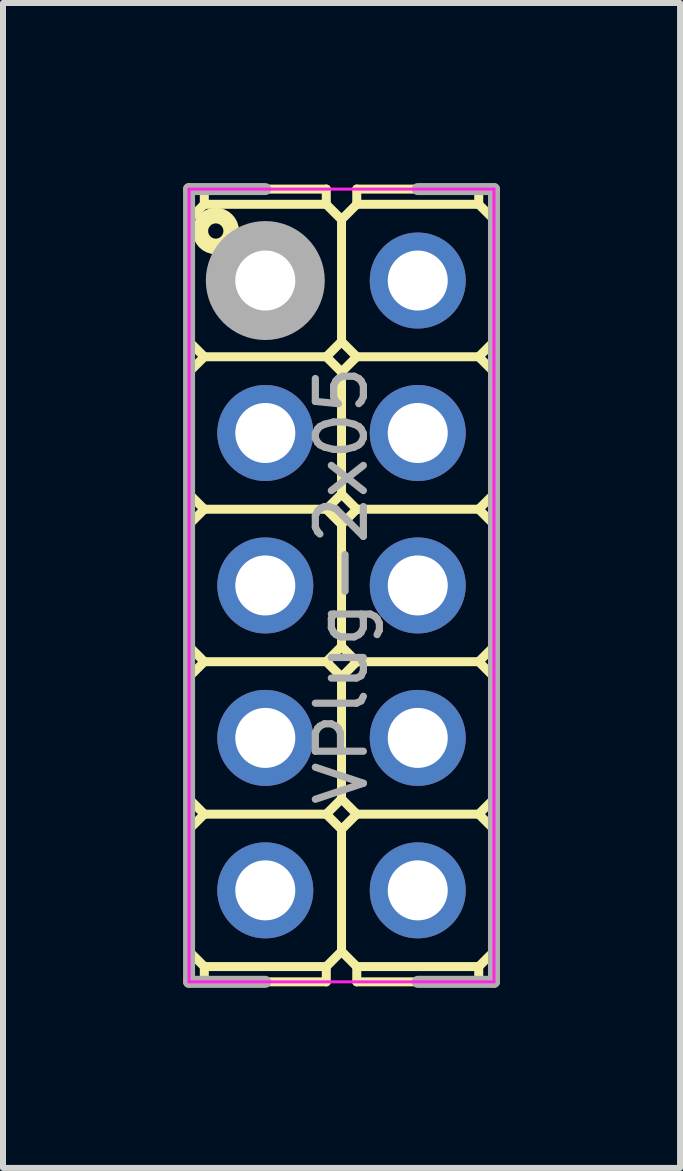
<source format=kicad_pcb>
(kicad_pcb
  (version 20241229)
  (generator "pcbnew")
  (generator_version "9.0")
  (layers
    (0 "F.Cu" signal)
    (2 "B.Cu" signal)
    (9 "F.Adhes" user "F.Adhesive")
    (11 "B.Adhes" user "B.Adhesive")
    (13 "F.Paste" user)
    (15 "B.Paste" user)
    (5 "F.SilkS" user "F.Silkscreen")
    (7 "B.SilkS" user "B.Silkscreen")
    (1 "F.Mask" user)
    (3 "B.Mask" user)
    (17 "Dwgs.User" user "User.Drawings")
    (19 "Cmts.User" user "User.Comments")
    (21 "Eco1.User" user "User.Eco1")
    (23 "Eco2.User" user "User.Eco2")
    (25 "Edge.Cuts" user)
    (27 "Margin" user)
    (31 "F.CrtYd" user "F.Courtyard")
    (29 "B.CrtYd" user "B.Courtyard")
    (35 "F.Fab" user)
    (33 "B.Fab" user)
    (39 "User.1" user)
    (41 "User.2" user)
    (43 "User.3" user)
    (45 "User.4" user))
  (footprint "VPlug-2x05"
    (layer "F.Cu")
    (at 2.64 6.704)
    (property "Reference" "VPlug-2x05" (at 0 0 270) (layer "F.Fab") (effects (font (size 0.8 0.8) (thickness 0.12))))
    (attr through_hole)
    (fp_line (start -2.54 -6.096) (end -2.54 -4.064) (stroke (width 0.15) (type solid)) (layer "F.SilkS"))
    (fp_line (start -2.54 -6.096) (end -2.286 -6.35) (stroke (width 0.15) (type solid)) (layer "F.SilkS"))
    (fp_line (start -2.54 -4.064) (end -2.286 -3.81) (stroke (width 0.15) (type solid)) (layer "F.SilkS"))
    (fp_line (start -2.54 -3.556) (end -2.54 -1.524) (stroke (width 0.15) (type solid)) (layer "F.SilkS"))
    (fp_line (start -2.54 -1.524) (end -2.286 -1.27) (stroke (width 0.15) (type solid)) (layer "F.SilkS"))
    (fp_line (start -2.54 -1.016) (end -2.54 1.016) (stroke (width 0.15) (type solid)) (layer "F.SilkS"))
    (fp_line (start -2.54 1.016) (end -2.286 1.27) (stroke (width 0.15) (type solid)) (layer "F.SilkS"))
    (fp_line (start -2.54 1.524) (end -2.54 3.556) (stroke (width 0.15) (type solid)) (layer "F.SilkS"))
    (fp_line (start -2.54 3.556) (end -2.286 3.81) (stroke (width 0.15) (type solid)) (layer "F.SilkS"))
    (fp_line (start -2.54 4.064) (end -2.54 6.096) (stroke (width 0.15) (type solid)) (layer "F.SilkS"))
    (fp_line (start -2.54 6.096) (end -2.286 6.35) (stroke (width 0.15) (type solid)) (layer "F.SilkS"))
    (fp_line (start -2.286 -6.604) (end -0.254 -6.604) (stroke (width 0.15) (type solid)) (layer "F.SilkS"))
    (fp_line (start -2.286 -6.35) (end -2.286 -6.604) (stroke (width 0.15) (type solid)) (layer "F.SilkS"))
    (fp_line (start -2.286 -6.35) (end -0.254 -6.35) (stroke (width 0.15) (type solid)) (layer "F.SilkS"))
    (fp_line (start -2.286 -3.81) (end -2.54 -3.556) (stroke (width 0.15) (type solid)) (layer "F.SilkS"))
    (fp_line (start -2.286 -1.27) (end -2.54 -1.016) (stroke (width 0.15) (type solid)) (layer "F.SilkS"))
    (fp_line (start -2.286 -1.27) (end -0.254 -1.27) (stroke (width 0.15) (type solid)) (layer "F.SilkS"))
    (fp_line (start -2.286 1.27) (end -2.54 1.524) (stroke (width 0.15) (type solid)) (layer "F.SilkS"))
    (fp_line (start -2.286 3.81) (end -2.54 4.064) (stroke (width 0.15) (type solid)) (layer "F.SilkS"))
    (fp_line (start -2.286 6.35) (end -2.286 6.604) (stroke (width 0.15) (type solid)) (layer "F.SilkS"))
    (fp_line (start -2.286 6.604) (end -0.254 6.604) (stroke (width 0.15) (type solid)) (layer "F.SilkS"))
    (fp_line (start -0.254 -6.604) (end -0.254 -6.35) (stroke (width 0.15) (type solid)) (layer "F.SilkS"))
    (fp_line (start -0.254 -6.35) (end 0 -6.096) (stroke (width 0.15) (type solid)) (layer "F.SilkS"))
    (fp_line (start -0.254 -3.81) (end -2.286 -3.81) (stroke (width 0.15) (type solid)) (layer "F.SilkS"))
    (fp_line (start -0.254 -1.27) (end 0 -1.524) (stroke (width 0.15) (type solid)) (layer "F.SilkS"))
    (fp_line (start -0.254 1.27) (end -2.286 1.27) (stroke (width 0.15) (type solid)) (layer "F.SilkS"))
    (fp_line (start -0.254 1.27) (end 0 1.016) (stroke (width 0.15) (type solid)) (layer "F.SilkS"))
    (fp_line (start -0.254 3.81) (end -2.286 3.81) (stroke (width 0.15) (type solid)) (layer "F.SilkS"))
    (fp_line (start -0.254 3.81) (end 0 3.556) (stroke (width 0.15) (type solid)) (layer "F.SilkS"))
    (fp_line (start -0.254 6.35) (end -2.286 6.35) (stroke (width 0.15) (type solid)) (layer "F.SilkS"))
    (fp_line (start -0.254 6.35) (end 0 6.096) (stroke (width 0.15) (type solid)) (layer "F.SilkS"))
    (fp_line (start -0.254 6.604) (end -0.254 6.35) (stroke (width 0.15) (type solid)) (layer "F.SilkS"))
    (fp_line (start 0 -6.096) (end 0 -4.064) (stroke (width 0.15) (type solid)) (layer "F.SilkS"))
    (fp_line (start 0 -6.096) (end 0.254 -6.35) (stroke (width 0.15) (type solid)) (layer "F.SilkS"))
    (fp_line (start 0 -4.064) (end -0.254 -3.81) (stroke (width 0.15) (type solid)) (layer "F.SilkS"))
    (fp_line (start 0 -4.064) (end 0.254 -3.81) (stroke (width 0.15) (type solid)) (layer "F.SilkS"))
    (fp_line (start 0 -3.556) (end -0.254 -3.81) (stroke (width 0.15) (type solid)) (layer "F.SilkS"))
    (fp_line (start 0 -1.524) (end 0 -3.556) (stroke (width 0.15) (type solid)) (layer "F.SilkS"))
    (fp_line (start 0 -1.524) (end 0.254 -1.27) (stroke (width 0.15) (type solid)) (layer "F.SilkS"))
    (fp_line (start 0 -1.016) (end -0.254 -1.27) (stroke (width 0.15) (type solid)) (layer "F.SilkS"))
    (fp_line (start 0 1.016) (end 0 -1.016) (stroke (width 0.15) (type solid)) (layer "F.SilkS"))
    (fp_line (start 0 1.016) (end 0.254 1.27) (stroke (width 0.15) (type solid)) (layer "F.SilkS"))
    (fp_line (start 0 1.524) (end -0.254 1.27) (stroke (width 0.15) (type solid)) (layer "F.SilkS"))
    (fp_line (start 0 3.556) (end 0 1.524) (stroke (width 0.15) (type solid)) (layer "F.SilkS"))
    (fp_line (start 0 3.556) (end 0.254 3.81) (stroke (width 0.15) (type solid)) (layer "F.SilkS"))
    (fp_line (start 0 4.064) (end -0.254 3.81) (stroke (width 0.15) (type solid)) (layer "F.SilkS"))
    (fp_line (start 0 6.096) (end 0 4.064) (stroke (width 0.15) (type solid)) (layer "F.SilkS"))
    (fp_line (start 0 6.096) (end 0.254 6.35) (stroke (width 0.15) (type solid)) (layer "F.SilkS"))
    (fp_line (start 0.254 -6.604) (end 2.286 -6.604) (stroke (width 0.15) (type solid)) (layer "F.SilkS"))
    (fp_line (start 0.254 -6.35) (end 0.254 -6.604) (stroke (width 0.15) (type solid)) (layer "F.SilkS"))
    (fp_line (start 0.254 -6.35) (end 2.286 -6.35) (stroke (width 0.15) (type solid)) (layer "F.SilkS"))
    (fp_line (start 0.254 -3.81) (end 0 -3.556) (stroke (width 0.15) (type solid)) (layer "F.SilkS"))
    (fp_line (start 0.254 -1.27) (end 0 -1.016) (stroke (width 0.15) (type solid)) (layer "F.SilkS"))
    (fp_line (start 0.254 -1.27) (end 2.286 -1.27) (stroke (width 0.15) (type solid)) (layer "F.SilkS"))
    (fp_line (start 0.254 1.27) (end 0 1.524) (stroke (width 0.15) (type solid)) (layer "F.SilkS"))
    (fp_line (start 0.254 3.81) (end 0 4.064) (stroke (width 0.15) (type solid)) (layer "F.SilkS"))
    (fp_line (start 0.254 6.35) (end 0.254 6.604) (stroke (width 0.15) (type solid)) (layer "F.SilkS"))
    (fp_line (start 0.254 6.604) (end 2.286 6.604) (stroke (width 0.15) (type solid)) (layer "F.SilkS"))
    (fp_line (start 2.286 -6.604) (end 2.286 -6.35) (stroke (width 0.15) (type solid)) (layer "F.SilkS"))
    (fp_line (start 2.286 -6.35) (end 2.54 -6.096) (stroke (width 0.15) (type solid)) (layer "F.SilkS"))
    (fp_line (start 2.286 -3.81) (end 0.254 -3.81) (stroke (width 0.15) (type solid)) (layer "F.SilkS"))
    (fp_line (start 2.286 -1.27) (end 2.54 -1.524) (stroke (width 0.15) (type solid)) (layer "F.SilkS"))
    (fp_line (start 2.286 1.27) (end 0.254 1.27) (stroke (width 0.15) (type solid)) (layer "F.SilkS"))
    (fp_line (start 2.286 1.27) (end 2.54 1.016) (stroke (width 0.15) (type solid)) (layer "F.SilkS"))
    (fp_line (start 2.286 3.81) (end 0.254 3.81) (stroke (width 0.15) (type solid)) (layer "F.SilkS"))
    (fp_line (start 2.286 3.81) (end 2.54 3.556) (stroke (width 0.15) (type solid)) (layer "F.SilkS"))
    (fp_line (start 2.286 6.35) (end 0.254 6.35) (stroke (width 0.15) (type solid)) (layer "F.SilkS"))
    (fp_line (start 2.286 6.35) (end 2.54 6.096) (stroke (width 0.15) (type solid)) (layer "F.SilkS"))
    (fp_line (start 2.286 6.604) (end 2.286 6.35) (stroke (width 0.15) (type solid)) (layer "F.SilkS"))
    (fp_line (start 2.54 -6.096) (end 2.54 -4.064) (stroke (width 0.15) (type solid)) (layer "F.SilkS"))
    (fp_line (start 2.54 -4.064) (end 2.286 -3.81) (stroke (width 0.15) (type solid)) (layer "F.SilkS"))
    (fp_line (start 2.54 -3.556) (end 2.286 -3.81) (stroke (width 0.15) (type solid)) (layer "F.SilkS"))
    (fp_line (start 2.54 -1.524) (end 2.54 -3.556) (stroke (width 0.15) (type solid)) (layer "F.SilkS"))
    (fp_line (start 2.54 -1.016) (end 2.286 -1.27) (stroke (width 0.15) (type solid)) (layer "F.SilkS"))
    (fp_line (start 2.54 1.016) (end 2.54 -1.016) (stroke (width 0.15) (type solid)) (layer "F.SilkS"))
    (fp_line (start 2.54 1.524) (end 2.286 1.27) (stroke (width 0.15) (type solid)) (layer "F.SilkS"))
    (fp_line (start 2.54 3.556) (end 2.54 1.524) (stroke (width 0.15) (type solid)) (layer "F.SilkS"))
    (fp_line (start 2.54 4.064) (end 2.286 3.81) (stroke (width 0.15) (type solid)) (layer "F.SilkS"))
    (fp_line (start 2.54 6.096) (end 2.54 4.064) (stroke (width 0.15) (type solid)) (layer "F.SilkS"))
    (fp_circle (center -2.095 -5.905) (end -1.968 -5.905) (stroke (width 0.26) (type solid)) (fill no) (layer "F.SilkS"))
    (fp_line (start -2.54 -6.604) (end 2.54 -6.604) (stroke (width 0.05) (type solid)) (layer "F.CrtYd"))
    (fp_line (start -2.54 6.604) (end -2.54 -6.604) (stroke (width 0.05) (type solid)) (layer "F.CrtYd"))
    (fp_line (start -2.54 6.604) (end 2.54 6.604) (stroke (width 0.05) (type solid)) (layer "F.CrtYd"))
    (fp_line (start 2.54 -6.604) (end 2.54 6.604) (stroke (width 0.05) (type solid)) (layer "F.CrtYd"))
    (fp_line (start -2.54 -6.604) (end -2.54 6.604) (stroke (width 0.2) (type solid)) (layer "F.Fab"))
    (fp_line (start -2.54 -6.604) (end -1.27 -6.604) (stroke (width 0.2) (type solid)) (layer "F.Fab"))
    (fp_line (start -2.54 6.604) (end -1.27 6.604) (stroke (width 0.2) (type solid)) (layer "F.Fab"))
    (fp_line (start 1.27 -6.604) (end 2.54 -6.604) (stroke (width 0.2) (type solid)) (layer "F.Fab"))
    (fp_line (start 1.27 6.604) (end 2.54 6.604) (stroke (width 0.2) (type solid)) (layer "F.Fab"))
    (fp_line (start 2.54 6.604) (end 2.54 -6.604) (stroke (width 0.2) (type solid)) (layer "F.Fab"))
    (fp_circle (center -1.27 -5.08) (end -1.27 -4.889) (stroke (width 0.8) (type solid)) (fill no) (layer "F.Fab"))
    (pad "1" thru_hole circle (at -1.27 -5.08) (size 1.6 1.6) (drill 1) (layers "*.Cu" "*.Mask"))
    (pad "2" thru_hole circle (at 1.27 -5.08) (size 1.6 1.6) (drill 1) (layers "*.Cu" "*.Mask"))
    (pad "3" thru_hole circle (at -1.27 -2.54) (size 1.6 1.6) (drill 1) (layers "*.Cu" "*.Mask"))
    (pad "4" thru_hole circle (at 1.27 -2.54) (size 1.6 1.6) (drill 1) (layers "*.Cu" "*.Mask"))
    (pad "5" thru_hole circle (at -1.27 0) (size 1.6 1.6) (drill 1) (layers "*.Cu" "*.Mask"))
    (pad "6" thru_hole circle (at 1.27 0) (size 1.6 1.6) (drill 1) (layers "*.Cu" "*.Mask"))
    (pad "7" thru_hole circle (at -1.27 2.54) (size 1.6 1.6) (drill 1) (layers "*.Cu" "*.Mask"))
    (pad "8" thru_hole circle (at 1.27 2.54) (size 1.6 1.6) (drill 1) (layers "*.Cu" "*.Mask"))
    (pad "9" thru_hole circle (at -1.27 5.08) (size 1.6 1.6) (drill 1) (layers "*.Cu" "*.Mask"))
    (pad "10" thru_hole circle (at 1.27 5.08) (size 1.6 1.6) (drill 1) (layers "*.Cu" "*.Mask")))
  (gr_rect
    (start -3 -3)
    (end 8.28 16.408)
    (stroke (width 0.1) (type default))
    (fill no)
    (layer "Edge.Cuts")))
</source>
